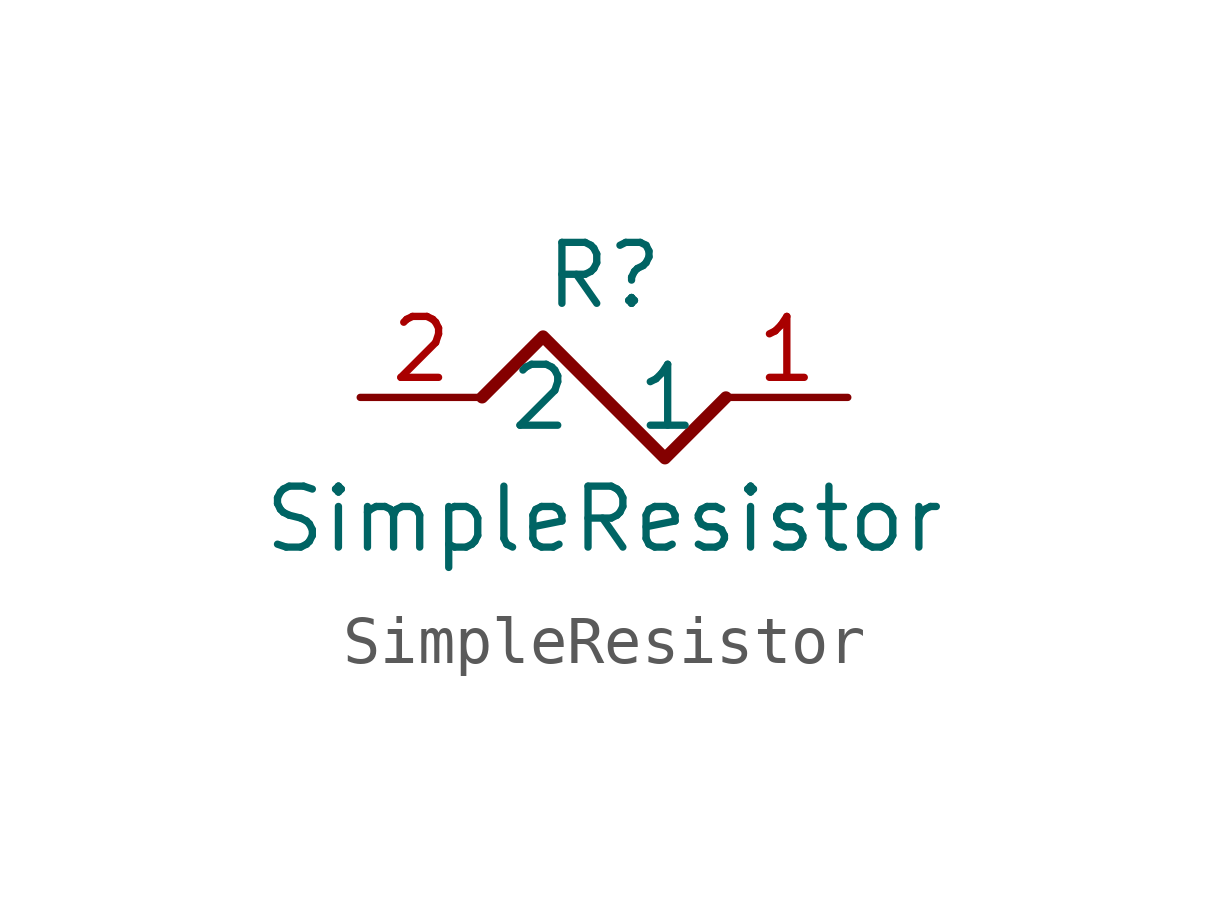
<source format=kicad_sym>
(kicad_symbol_lib
  (version 20241209)
  (generator "kicad_symbol_editor")
  (generator_version "9.0")
  (symbol "SimpleResistor"
    (property "Reference" "R"
      (at 0 2.54 0)
      (effects (font (size 1.27 1.27))))
    (property "Value" "SimpleResistor"
      (at 0 -2.54 0)
      (effects (font (size 1.27 1.27))))
    (symbol "SimpleResistor_0_1"
      (polyline (pts (xy -2.54 0) (xy -1.27 1.27) (xy 1.27 -1.27) (xy 2.54 0)) (stroke (width 0.254) (type default)) (fill (type none))))
    (symbol "SimpleResistor_1_1"
      (pin passive line (at -5.08 0 0) (length 2.54) (name "2" (effects (font (size 1.27 1.27)))) (number "2" (effects (font (size 1.27 1.27)))))
      (pin passive line (at 5.08 0 180) (length 2.54) (name "1" (effects (font (size 1.27 1.27)))) (number "1" (effects (font (size 1.27 1.27))))))))
</source>
